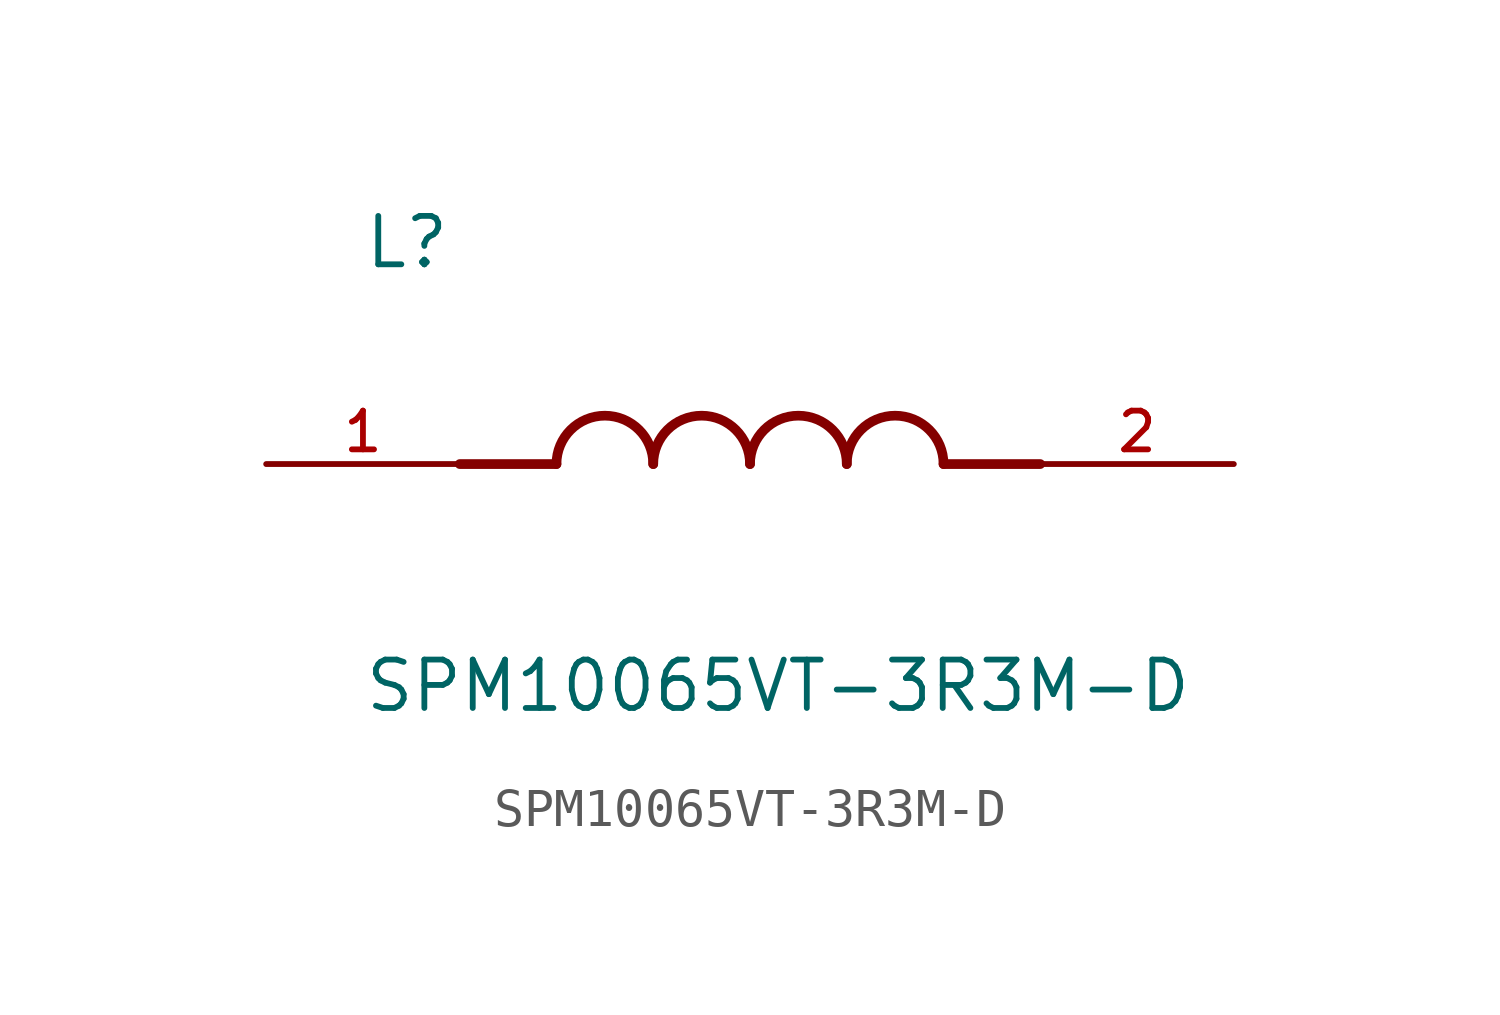
<source format=kicad_sym>
(kicad_symbol_lib
  (version 20211014)
  (generator kicad_symbol_editor)
  (symbol "SPM10065VT-3R3M-D"
    (pin_names
      (offset 1.016))
    (property "Reference" "L"
      (at -10.16 5.08 0)
      (effects (font (size 1.27 1.27)) (justify bottom left)))
    (property "Value" "SPM10065VT-3R3M-D"
      (at -10.16 -5.08 0)
      (effects (font (size 1.27 1.27)) (justify top left)))
    (symbol "SPM10065VT-3R3M-D_0_0"
      (polyline (pts (xy -5.08 0.0) (xy -7.62 0.0)) (stroke (width 0.254)))
      (polyline (pts (xy 5.08 0.0) (xy 7.62 0.0)) (stroke (width 0.254)))
      (arc (start -2.54 0.0) (mid -3.81 1.27) (end -5.08 0.0) (stroke (width 0.254) (type default) (color 0 0 0 0)) (fill (type none)))
      (arc (start 0.0 0.0) (mid -1.27 1.27) (end -2.54 0.0) (stroke (width 0.254) (type default) (color 0 0 0 0)) (fill (type none)))
      (arc (start 2.54 0.0) (mid 1.27 1.27) (end 0.0 0.0) (stroke (width 0.254) (type default) (color 0 0 0 0)) (fill (type none)))
      (arc (start 5.08 0.0) (mid 3.81 1.27) (end 2.54 0.0) (stroke (width 0.254) (type default) (color 0 0 0 0)) (fill (type none)))
      (pin passive line (at -12.7 0.0 0) (length 5.08) (name "~" (effects (font (size 1.016 1.016)))) (number "1" (effects (font (size 1.016 1.016)))))
      (pin passive line (at 12.7 0.0 180.0) (length 5.08) (name "~" (effects (font (size 1.016 1.016)))) (number "2" (effects (font (size 1.016 1.016))))))))
</source>
